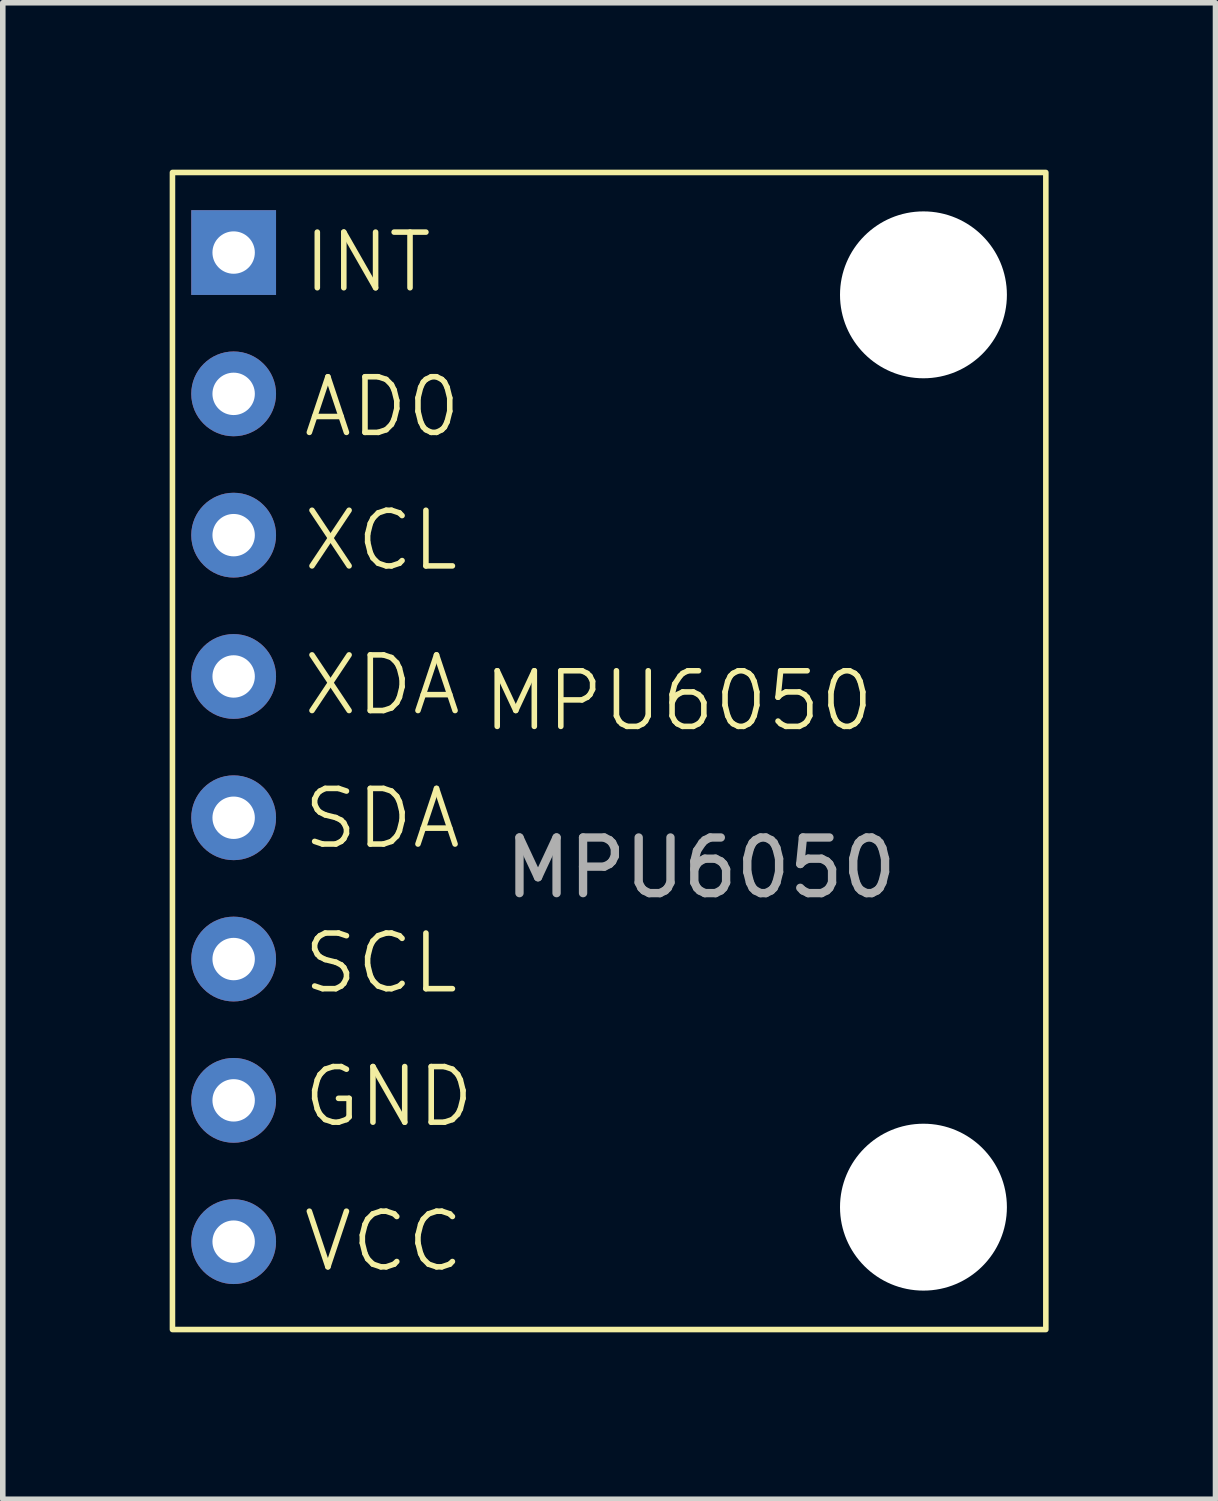
<source format=kicad_pcb>
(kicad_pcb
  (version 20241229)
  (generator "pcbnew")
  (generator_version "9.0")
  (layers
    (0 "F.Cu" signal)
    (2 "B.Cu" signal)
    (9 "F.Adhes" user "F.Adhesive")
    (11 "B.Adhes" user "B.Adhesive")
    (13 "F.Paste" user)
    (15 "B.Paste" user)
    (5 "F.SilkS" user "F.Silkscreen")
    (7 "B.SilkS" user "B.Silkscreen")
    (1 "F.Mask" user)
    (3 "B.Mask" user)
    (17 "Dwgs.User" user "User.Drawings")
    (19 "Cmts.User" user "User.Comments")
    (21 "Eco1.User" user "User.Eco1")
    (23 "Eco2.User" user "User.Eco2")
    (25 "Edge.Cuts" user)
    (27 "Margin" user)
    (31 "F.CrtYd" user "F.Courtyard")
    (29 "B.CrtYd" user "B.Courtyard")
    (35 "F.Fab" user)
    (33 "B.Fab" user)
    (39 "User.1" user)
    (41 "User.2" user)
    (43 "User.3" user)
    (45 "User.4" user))
  (footprint "MPU6050"
    (layer "F.Cu")
    (at 8.15 10.05)
    (property "Reference" "MPU6050" (at 1 -0.5 0) (unlocked yes) (layer "F.SilkS") (effects (font (size 1 1) (thickness 0.1))))
    (attr through_hole)
    (fp_rect (start -8.1 -10) (end 7.6 10.8) (stroke (width 0.1) (type default)) (fill no) (layer "F.SilkS"))
    (fp_text user "VCC" (at -5.8 9.8 0) (unlocked yes) (layer "F.SilkS") (effects (font (size 1 1) (thickness 0.1)) (justify left bottom)))
    (fp_text user "GND" (at -5.8 7.2 0) (unlocked yes) (layer "F.SilkS") (effects (font (size 1 1) (thickness 0.1)) (justify left bottom)))
    (fp_text user "XDA" (at -5.8 -0.2 0) (unlocked yes) (layer "F.SilkS") (effects (font (size 1 1) (thickness 0.1)) (justify left bottom)))
    (fp_text user "AD0" (at -5.8 -5.2 0) (unlocked yes) (layer "F.SilkS") (effects (font (size 1 1) (thickness 0.1)) (justify left bottom)))
    (fp_text user "SCL" (at -5.8 4.8 0) (unlocked yes) (layer "F.SilkS") (effects (font (size 1 1) (thickness 0.1)) (justify left bottom)))
    (fp_text user "SDA" (at -5.8 2.2 0) (unlocked yes) (layer "F.SilkS") (effects (font (size 1 1) (thickness 0.1)) (justify left bottom)))
    (fp_text user "XCL" (at -5.8 -2.8 0) (unlocked yes) (layer "F.SilkS") (effects (font (size 1 1) (thickness 0.1)) (justify left bottom)))
    (fp_text user "INT" (at -5.8 -7.8 0) (unlocked yes) (layer "F.SilkS") (effects (font (size 1 1) (thickness 0.1)) (justify left bottom)))
    (fp_text user "${REFERENCE}" (at 1.4 2.5 0) (unlocked yes) (layer "F.Fab") (effects (font (size 1 1) (thickness 0.15))))
    (pad "" np_thru_hole circle (at 5.4 -7.8) (size 3 3) (drill 3) (layers "*.Cu" "*.Mask"))
    (pad "" np_thru_hole circle (at 5.4 8.6) (size 3 3) (drill 3) (layers "*.Cu" "*.Mask"))
    (pad "1" thru_hole rect (at -7 -8.56) (size 1.524 1.524) (drill 0.762) (layers "*.Cu" "*.Mask"))
    (pad "2" thru_hole circle (at -7 -6.02) (size 1.524 1.524) (drill 0.762) (layers "*.Cu" "*.Mask"))
    (pad "3" thru_hole circle (at -7 -3.48) (size 1.524 1.524) (drill 0.762) (layers "*.Cu" "*.Mask"))
    (pad "4" thru_hole circle (at -7 -0.94) (size 1.524 1.524) (drill 0.762) (layers "*.Cu" "*.Mask"))
    (pad "5" thru_hole circle (at -7 1.6) (size 1.524 1.524) (drill 0.762) (layers "*.Cu" "*.Mask"))
    (pad "6" thru_hole circle (at -7 4.14) (size 1.524 1.524) (drill 0.762) (layers "*.Cu" "*.Mask"))
    (pad "7" thru_hole circle (at -7 6.68) (size 1.524 1.524) (drill 0.762) (layers "*.Cu" "*.Mask"))
    (pad "8" thru_hole circle (at -7 9.22) (size 1.524 1.524) (drill 0.762) (layers "*.Cu" "*.Mask")))
  (gr_rect
    (start -3 -3)
    (end 18.8 23.9)
    (stroke (width 0.1) (type default))
    (fill no)
    (layer "Edge.Cuts")))
</source>
